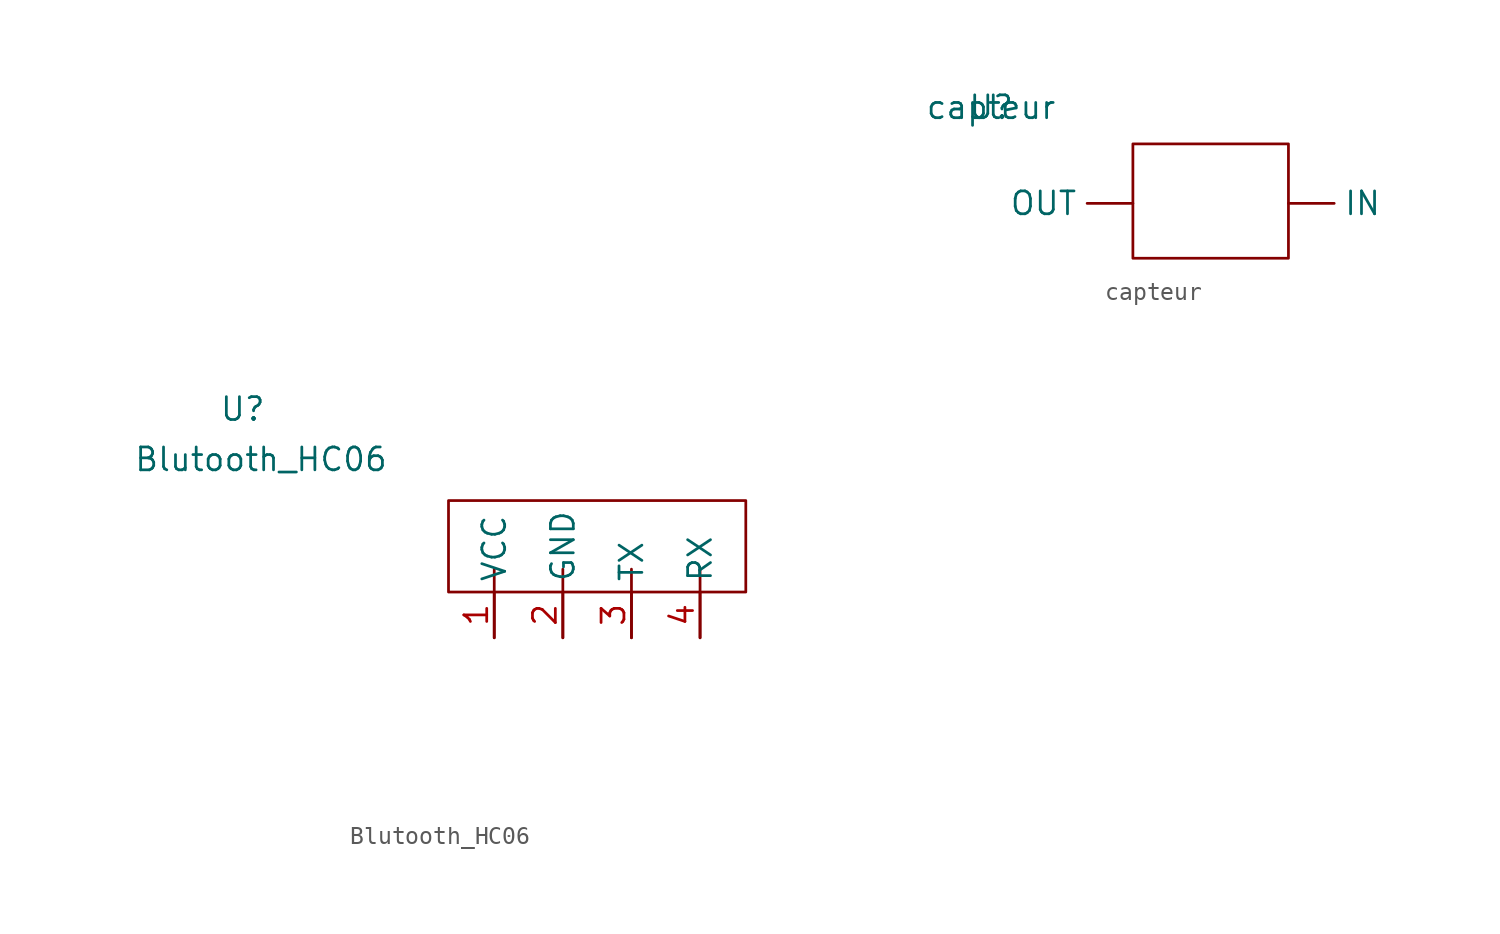
<source format=kicad_sym>
(kicad_symbol_lib
  (version 20211014)
  (generator kicad_symbol_editor)
  (symbol "Blutooth_HC06"
    (property "Reference" "U"
      (at 0 0 0)
      (effects (font (size 1.27 1.27))))
    (property "Value" "Blutooth_HC06"
      (at 1.016 -2.794 0)
      (effects (font (size 1.27 1.27))))
    (symbol "Blutooth_HC06_0_0"
      (text "" (at -0.762 14.986 0) (effects (font (size 1.27 1.27))))
      (text "" (at 21.59 -19.05 0) (effects (font (size 1.27 1.27)))))
    (symbol "Blutooth_HC06_0_1"
      (polyline (pts (xy 13.97 -12.7) (xy 13.97 -8.89) (xy 13.97 -12.7) (xy 13.97 -8.89)) (stroke (width 0) (type default) (color 0 0 0 0)) (fill (type none)))
      (polyline (pts (xy 17.78 -12.7) (xy 17.78 -8.89) (xy 17.78 -12.7) (xy 17.78 -8.89)) (stroke (width 0) (type default) (color 0 0 0 0)) (fill (type none)))
      (polyline (pts (xy 21.59 -12.7) (xy 21.59 -8.89) (xy 21.59 -12.7) (xy 21.59 -8.89)) (stroke (width 0) (type default) (color 0 0 0 0)) (fill (type none)))
      (polyline (pts (xy 25.4 -12.7) (xy 25.4 -8.89) (xy 25.4 -12.7) (xy 25.4 -8.89)) (stroke (width 0) (type default) (color 0 0 0 0)) (fill (type none)))
      (rectangle (start 11.43 -5.08) (end 27.94 -10.16) (stroke (width 0) (type default) (color 0 0 0 0)) (fill (type none))))
    (symbol "Blutooth_HC06_1_1"
      (pin bidirectional line (at 13.97 -12.7 90) (length 2.54) (name "VCC" (effects (font (size 1.27 1.27)))) (number "1" (effects (font (size 1.27 1.27)))))
      (pin bidirectional line (at 17.78 -12.7 90) (length 2.54) (name "GND" (effects (font (size 1.27 1.27)))) (number "2" (effects (font (size 1.27 1.27)))))
      (pin bidirectional line (at 21.59 -12.7 90) (length 2.54) (name "TX" (effects (font (size 1.27 1.27)))) (number "3" (effects (font (size 1.27 1.27)))))
      (pin bidirectional line (at 25.4 -12.7 90) (length 2.54) (name "RX" (effects (font (size 1.27 1.27)))) (number "4" (effects (font (size 1.27 1.27)))))))
  (symbol "capteur"
    (property "Reference" "U"
      (at 0 0 0)
      (effects (font (size 1.27 1.27))))
    (property "Value" "capteur"
      (at 0 0 0)
      (effects (font (size 1.27 1.27))))
    (symbol "capteur_0_1"
      (rectangle (start 7.874 -2.032) (end 16.51 -8.382) (stroke (width 0) (type default) (color 0 0 0 0)) (fill (type none))))
    (symbol "capteur_1_1"
      (pin bidirectional line (at 16.51 -5.334 0) (length 2.54) (name "IN" (effects (font (size 1.27 1.27)))) (number "" (effects (font (size 1.27 1.27)))))
      (pin bidirectional line (at 7.874 -5.334 180) (length 2.54) (name "OUT" (effects (font (size 1.27 1.27)))) (number "" (effects (font (size 1.27 1.27))))))))
</source>
